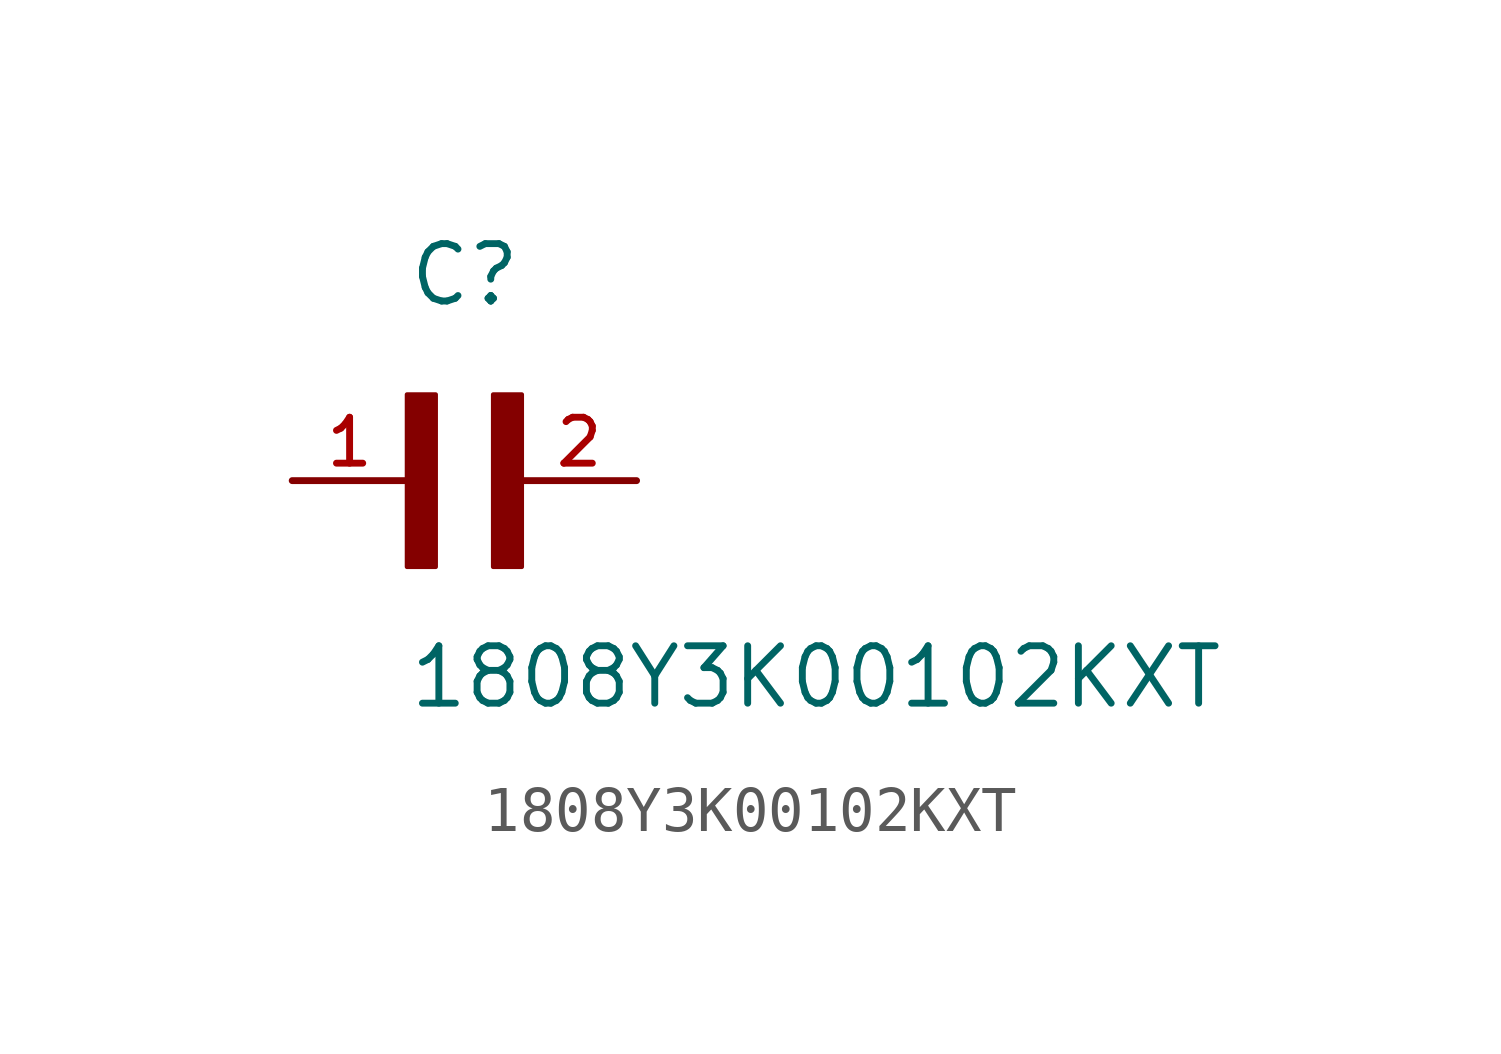
<source format=kicad_sym>
(kicad_symbol_lib
  (version 20211014)
  (generator kicad_symbol_editor)
  (symbol "1808Y3K00102KXT"
    (pin_names
      (offset 1.016))
    (property "Reference" "C"
      (at 0.0 3.811 0)
      (effects (font (size 1.27 1.27)) (justify bottom left)))
    (property "Value" "1808Y3K00102KXT"
      (at 0.0 -5.088 0)
      (effects (font (size 1.27 1.27)) (justify bottom left)))
    (symbol "1808Y3K00102KXT_0_0"
      (rectangle (start 0.0 -1.907) (end 0.635 1.905) (stroke (width 0.1)) (fill (type outline)))
      (rectangle (start 1.907 -1.907) (end 2.54 1.905) (stroke (width 0.1)) (fill (type outline)))
      (pin passive line (at 5.08 0.0 180.0) (length 2.54) (name "~" (effects (font (size 1.016 1.016)))) (number "2" (effects (font (size 1.016 1.016)))))
      (pin passive line (at -2.54 0.0 0) (length 2.54) (name "~" (effects (font (size 1.016 1.016)))) (number "1" (effects (font (size 1.016 1.016))))))))
</source>
